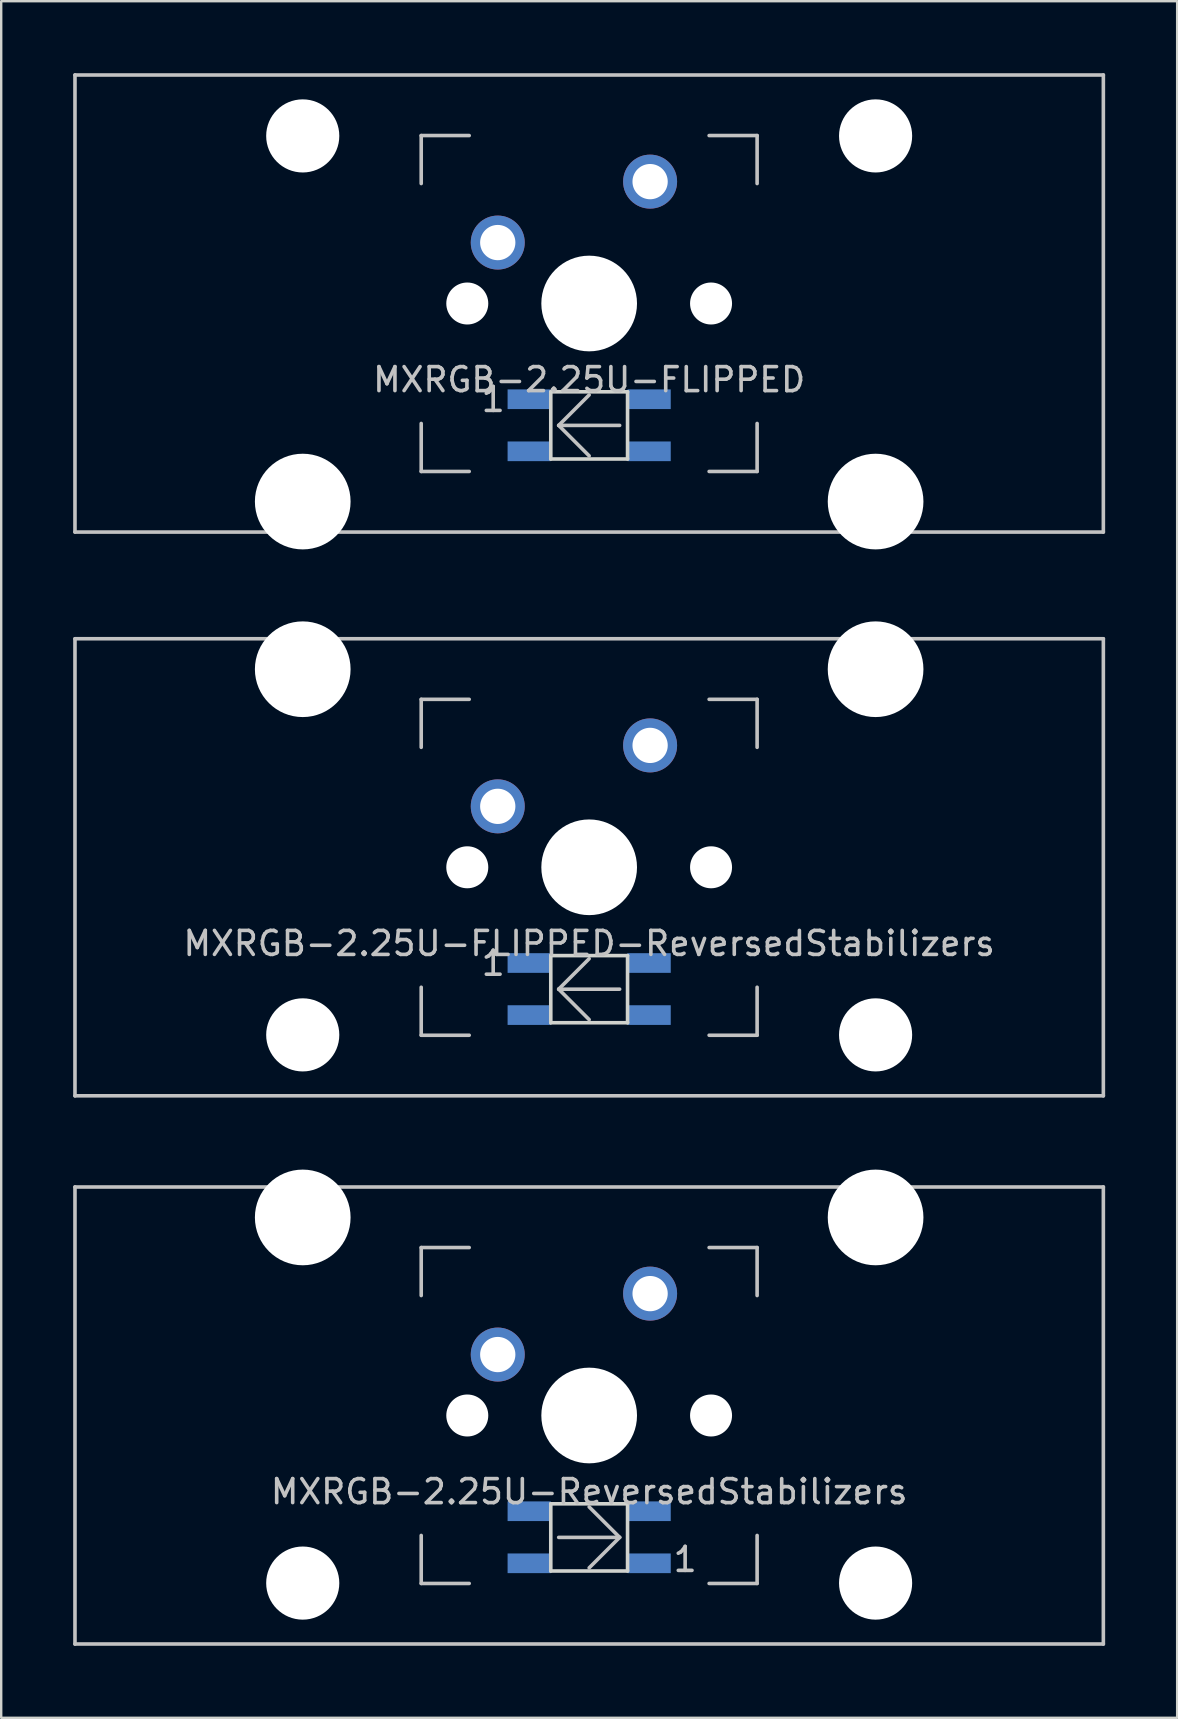
<source format=kicad_pcb>
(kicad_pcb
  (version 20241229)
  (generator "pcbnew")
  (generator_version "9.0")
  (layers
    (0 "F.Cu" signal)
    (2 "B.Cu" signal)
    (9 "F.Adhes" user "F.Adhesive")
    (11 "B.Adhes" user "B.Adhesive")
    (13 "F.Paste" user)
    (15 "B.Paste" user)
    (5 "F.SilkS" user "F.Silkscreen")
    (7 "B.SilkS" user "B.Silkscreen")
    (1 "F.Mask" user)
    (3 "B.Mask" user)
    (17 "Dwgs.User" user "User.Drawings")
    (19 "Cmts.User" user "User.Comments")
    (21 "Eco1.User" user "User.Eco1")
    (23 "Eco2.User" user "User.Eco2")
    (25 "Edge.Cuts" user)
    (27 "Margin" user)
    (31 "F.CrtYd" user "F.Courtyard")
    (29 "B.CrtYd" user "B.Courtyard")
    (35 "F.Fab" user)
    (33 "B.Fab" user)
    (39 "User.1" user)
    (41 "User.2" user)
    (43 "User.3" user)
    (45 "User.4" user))
  (footprint "MXRGB-2.25U-FLIPPED"
    (layer "F.Cu")
    (at 21.506 9.6)
    (property "Reference" "MXRGB-2.25U-FLIPPED" (at 0 3.175 0) (layer "Dwgs.User") (effects (font (size 1 1) (thickness 0.15))))
    (attr through_hole)
    (fp_line (start -21.431 -9.525) (end 21.431 -9.525) (stroke (width 0.15) (type solid)) (layer "Dwgs.User"))
    (fp_line (start -21.431 9.525) (end -21.431 -9.525) (stroke (width 0.15) (type solid)) (layer "Dwgs.User"))
    (fp_line (start -21.431 9.525) (end 21.431 9.525) (stroke (width 0.15) (type solid)) (layer "Dwgs.User"))
    (fp_line (start -7 -7) (end -7 -5) (stroke (width 0.15) (type solid)) (layer "Dwgs.User"))
    (fp_line (start -7 5) (end -7 7) (stroke (width 0.15) (type solid)) (layer "Dwgs.User"))
    (fp_line (start -7 7) (end -5 7) (stroke (width 0.15) (type solid)) (layer "Dwgs.User"))
    (fp_line (start -5 -7) (end -7 -7) (stroke (width 0.15) (type solid)) (layer "Dwgs.User"))
    (fp_line (start -1.27 5.08) (end 0 3.81) (stroke (width 0.15) (type solid)) (layer "Dwgs.User"))
    (fp_line (start -1.27 5.08) (end 0 6.35) (stroke (width 0.15) (type solid)) (layer "Dwgs.User"))
    (fp_line (start -1.27 5.08) (end 1.27 5.08) (stroke (width 0.15) (type solid)) (layer "Dwgs.User"))
    (fp_line (start 5 -7) (end 7 -7) (stroke (width 0.15) (type solid)) (layer "Dwgs.User"))
    (fp_line (start 5 7) (end 7 7) (stroke (width 0.15) (type solid)) (layer "Dwgs.User"))
    (fp_line (start 7 -7) (end 7 -5) (stroke (width 0.15) (type solid)) (layer "Dwgs.User"))
    (fp_line (start 7 7) (end 7 5) (stroke (width 0.15) (type solid)) (layer "Dwgs.User"))
    (fp_line (start 21.431 -9.525) (end 21.431 9.525) (stroke (width 0.15) (type solid)) (layer "Dwgs.User"))
    (fp_line (start -1.6 3.68) (end -1.6 6.48) (stroke (width 0.15) (type solid)) (layer "Edge.Cuts"))
    (fp_line (start -1.6 3.68) (end 1.6 3.68) (stroke (width 0.15) (type solid)) (layer "Edge.Cuts"))
    (fp_line (start 1.6 3.68) (end 1.6 6.48) (stroke (width 0.15) (type solid)) (layer "Edge.Cuts"))
    (fp_line (start 1.6 6.48) (end -1.6 6.48) (stroke (width 0.15) (type solid)) (layer "Edge.Cuts"))
    (fp_text user "1" (at -4 4 0) (layer "Dwgs.User") (effects (font (size 1 1) (thickness 0.15))))
    (pad "" np_thru_hole circle (at -11.938 -6.985) (size 3.048 3.048) (drill 3.048) (layers "*.Cu" "*.Mask"))
    (pad "" np_thru_hole circle (at -11.938 8.255) (size 3.988 3.988) (drill 3.988) (layers "*.Cu" "*.Mask"))
    (pad "" np_thru_hole circle (at -5.08 0 48.1) (size 1.75 1.75) (drill 1.75) (layers "*.Cu" "*.Mask"))
    (pad "" np_thru_hole circle (at 0 0) (size 3.988 3.988) (drill 3.988) (layers "*.Cu" "*.Mask"))
    (pad "" np_thru_hole circle (at 5.08 0 48.1) (size 1.75 1.75) (drill 1.75) (layers "*.Cu" "*.Mask"))
    (pad "" np_thru_hole circle (at 11.938 -6.985) (size 3.048 3.048) (drill 3.048) (layers "*.Cu" "*.Mask"))
    (pad "" np_thru_hole circle (at 11.938 8.255) (size 3.988 3.988) (drill 3.988) (layers "*.Cu" "*.Mask"))
    (pad "1" thru_hole circle (at -3.81 -2.54) (size 2.25 2.25) (drill 1.47) (layers "*.Cu" "B.Mask"))
    (pad "2" thru_hole circle (at 2.54 -5.08) (size 2.25 2.25) (drill 1.47) (layers "*.Cu" "B.Mask"))
    (pad "3" smd rect (at -2.5 3.99) (size 1.8 0.82) (layers "B.Cu" "B.Mask" "B.Paste"))
    (pad "4" smd rect (at -2.5 6.16) (size 1.8 0.82) (layers "B.Cu" "B.Mask" "B.Paste"))
    (pad "5" smd rect (at 2.5 6.16) (size 1.8 0.82) (layers "B.Cu" "B.Mask" "B.Paste"))
    (pad "6" smd rect (at 2.5 3.99) (size 1.8 0.82) (layers "B.Cu" "B.Mask" "B.Paste")))
  (footprint "MXRGB-2.25U-FLIPPED-ReversedStabilizers"
    (layer "F.Cu")
    (at 21.506 33.098)
    (property "Reference" "MXRGB-2.25U-FLIPPED-ReversedStabilizers" (at 0 3.175 0) (layer "Dwgs.User") (effects (font (size 1 1) (thickness 0.15))))
    (attr through_hole)
    (fp_line (start -21.431 -9.525) (end 21.431 -9.525) (stroke (width 0.15) (type solid)) (layer "Dwgs.User"))
    (fp_line (start -21.431 9.525) (end -21.431 -9.525) (stroke (width 0.15) (type solid)) (layer "Dwgs.User"))
    (fp_line (start -21.431 9.525) (end 21.431 9.525) (stroke (width 0.15) (type solid)) (layer "Dwgs.User"))
    (fp_line (start -7 -7) (end -7 -5) (stroke (width 0.15) (type solid)) (layer "Dwgs.User"))
    (fp_line (start -7 5) (end -7 7) (stroke (width 0.15) (type solid)) (layer "Dwgs.User"))
    (fp_line (start -7 7) (end -5 7) (stroke (width 0.15) (type solid)) (layer "Dwgs.User"))
    (fp_line (start -5 -7) (end -7 -7) (stroke (width 0.15) (type solid)) (layer "Dwgs.User"))
    (fp_line (start -1.27 5.08) (end 0 3.81) (stroke (width 0.15) (type solid)) (layer "Dwgs.User"))
    (fp_line (start -1.27 5.08) (end 0 6.35) (stroke (width 0.15) (type solid)) (layer "Dwgs.User"))
    (fp_line (start -1.27 5.08) (end 1.27 5.08) (stroke (width 0.15) (type solid)) (layer "Dwgs.User"))
    (fp_line (start 5 -7) (end 7 -7) (stroke (width 0.15) (type solid)) (layer "Dwgs.User"))
    (fp_line (start 5 7) (end 7 7) (stroke (width 0.15) (type solid)) (layer "Dwgs.User"))
    (fp_line (start 7 -7) (end 7 -5) (stroke (width 0.15) (type solid)) (layer "Dwgs.User"))
    (fp_line (start 7 7) (end 7 5) (stroke (width 0.15) (type solid)) (layer "Dwgs.User"))
    (fp_line (start 21.431 -9.525) (end 21.431 9.525) (stroke (width 0.15) (type solid)) (layer "Dwgs.User"))
    (fp_line (start -1.6 3.68) (end -1.6 6.48) (stroke (width 0.15) (type solid)) (layer "Edge.Cuts"))
    (fp_line (start -1.6 3.68) (end 1.6 3.68) (stroke (width 0.15) (type solid)) (layer "Edge.Cuts"))
    (fp_line (start 1.6 3.68) (end 1.6 6.48) (stroke (width 0.15) (type solid)) (layer "Edge.Cuts"))
    (fp_line (start 1.6 6.48) (end -1.6 6.48) (stroke (width 0.15) (type solid)) (layer "Edge.Cuts"))
    (fp_text user "1" (at -4 4 0) (layer "Dwgs.User") (effects (font (size 1 1) (thickness 0.15))))
    (pad "" np_thru_hole circle (at -11.938 -8.255) (size 3.988 3.988) (drill 3.988) (layers "*.Cu" "*.Mask"))
    (pad "" np_thru_hole circle (at -11.938 6.985) (size 3.048 3.048) (drill 3.048) (layers "*.Cu" "*.Mask"))
    (pad "" np_thru_hole circle (at -5.08 0 48.1) (size 1.75 1.75) (drill 1.75) (layers "*.Cu" "*.Mask"))
    (pad "" np_thru_hole circle (at 0 0) (size 3.988 3.988) (drill 3.988) (layers "*.Cu" "*.Mask"))
    (pad "" np_thru_hole circle (at 5.08 0 48.1) (size 1.75 1.75) (drill 1.75) (layers "*.Cu" "*.Mask"))
    (pad "" np_thru_hole circle (at 11.938 -8.255) (size 3.988 3.988) (drill 3.988) (layers "*.Cu" "*.Mask"))
    (pad "" np_thru_hole circle (at 11.938 6.985) (size 3.048 3.048) (drill 3.048) (layers "*.Cu" "*.Mask"))
    (pad "1" thru_hole circle (at -3.81 -2.54) (size 2.25 2.25) (drill 1.47) (layers "*.Cu" "B.Mask"))
    (pad "2" thru_hole circle (at 2.54 -5.08) (size 2.25 2.25) (drill 1.47) (layers "*.Cu" "B.Mask"))
    (pad "3" smd rect (at -2.5 3.99) (size 1.8 0.82) (layers "B.Cu" "B.Mask" "B.Paste"))
    (pad "4" smd rect (at -2.5 6.16) (size 1.8 0.82) (layers "B.Cu" "B.Mask" "B.Paste"))
    (pad "5" smd rect (at 2.5 6.16) (size 1.8 0.82) (layers "B.Cu" "B.Mask" "B.Paste"))
    (pad "6" smd rect (at 2.5 3.99) (size 1.8 0.82) (layers "B.Cu" "B.Mask" "B.Paste")))
  (footprint "MXRGB-2.25U-ReversedStabilizers"
    (layer "F.Cu")
    (at 21.506 55.947)
    (property "Reference" "MXRGB-2.25U-ReversedStabilizers" (at 0 3.175 0) (layer "Dwgs.User") (effects (font (size 1 1) (thickness 0.15))))
    (attr through_hole)
    (fp_line (start -21.431 -9.525) (end 21.431 -9.525) (stroke (width 0.15) (type solid)) (layer "Dwgs.User"))
    (fp_line (start -21.431 9.525) (end -21.431 -9.525) (stroke (width 0.15) (type solid)) (layer "Dwgs.User"))
    (fp_line (start -21.431 9.525) (end 21.431 9.525) (stroke (width 0.15) (type solid)) (layer "Dwgs.User"))
    (fp_line (start -7 -7) (end -7 -5) (stroke (width 0.15) (type solid)) (layer "Dwgs.User"))
    (fp_line (start -7 5) (end -7 7) (stroke (width 0.15) (type solid)) (layer "Dwgs.User"))
    (fp_line (start -7 7) (end -5 7) (stroke (width 0.15) (type solid)) (layer "Dwgs.User"))
    (fp_line (start -5 -7) (end -7 -7) (stroke (width 0.15) (type solid)) (layer "Dwgs.User"))
    (fp_line (start -1.27 5.08) (end 1.27 5.08) (stroke (width 0.15) (type solid)) (layer "Dwgs.User"))
    (fp_line (start 1.27 5.08) (end 0 3.81) (stroke (width 0.15) (type solid)) (layer "Dwgs.User"))
    (fp_line (start 1.27 5.08) (end 0 6.35) (stroke (width 0.15) (type solid)) (layer "Dwgs.User"))
    (fp_line (start 5 -7) (end 7 -7) (stroke (width 0.15) (type solid)) (layer "Dwgs.User"))
    (fp_line (start 5 7) (end 7 7) (stroke (width 0.15) (type solid)) (layer "Dwgs.User"))
    (fp_line (start 7 -7) (end 7 -5) (stroke (width 0.15) (type solid)) (layer "Dwgs.User"))
    (fp_line (start 7 7) (end 7 5) (stroke (width 0.15) (type solid)) (layer "Dwgs.User"))
    (fp_line (start 21.431 -9.525) (end 21.431 9.525) (stroke (width 0.15) (type solid)) (layer "Dwgs.User"))
    (fp_line (start -1.6 3.68) (end -1.6 6.48) (stroke (width 0.15) (type solid)) (layer "Edge.Cuts"))
    (fp_line (start -1.6 3.68) (end 1.6 3.68) (stroke (width 0.15) (type solid)) (layer "Edge.Cuts"))
    (fp_line (start 1.6 3.68) (end 1.6 6.48) (stroke (width 0.15) (type solid)) (layer "Edge.Cuts"))
    (fp_line (start 1.6 6.48) (end -1.6 6.48) (stroke (width 0.15) (type solid)) (layer "Edge.Cuts"))
    (fp_text user "1" (at 4 6 0) (layer "Dwgs.User") (effects (font (size 1 1) (thickness 0.15))))
    (pad "" np_thru_hole circle (at -11.938 -8.255) (size 3.988 3.988) (drill 3.988) (layers "*.Cu" "*.Mask"))
    (pad "" np_thru_hole circle (at -11.938 6.985) (size 3.048 3.048) (drill 3.048) (layers "*.Cu" "*.Mask"))
    (pad "" np_thru_hole circle (at -5.08 0 48.1) (size 1.75 1.75) (drill 1.75) (layers "*.Cu" "*.Mask"))
    (pad "" np_thru_hole circle (at 0 0) (size 3.988 3.988) (drill 3.988) (layers "*.Cu" "*.Mask"))
    (pad "" np_thru_hole circle (at 5.08 0 48.1) (size 1.75 1.75) (drill 1.75) (layers "*.Cu" "*.Mask"))
    (pad "" np_thru_hole circle (at 11.938 -8.255) (size 3.988 3.988) (drill 3.988) (layers "*.Cu" "*.Mask"))
    (pad "" np_thru_hole circle (at 11.938 6.985) (size 3.048 3.048) (drill 3.048) (layers "*.Cu" "*.Mask"))
    (pad "1" thru_hole circle (at -3.81 -2.54) (size 2.25 2.25) (drill 1.47) (layers "*.Cu" "B.Mask"))
    (pad "2" thru_hole circle (at 2.54 -5.08) (size 2.25 2.25) (drill 1.47) (layers "*.Cu" "B.Mask"))
    (pad "3" smd rect (at 2.5 6.16) (size 1.8 0.82) (layers "B.Cu" "B.Mask" "B.Paste"))
    (pad "4" smd rect (at 2.5 3.99) (size 1.8 0.82) (layers "B.Cu" "B.Mask" "B.Paste"))
    (pad "5" smd rect (at -2.5 3.99) (size 1.8 0.82) (layers "B.Cu" "B.Mask" "B.Paste"))
    (pad "6" smd rect (at -2.5 6.16) (size 1.8 0.82) (layers "B.Cu" "B.Mask" "B.Paste")))
  (gr_rect
    (start -3 -3)
    (end 46.013 68.547)
    (stroke (width 0.1) (type default))
    (fill no)
    (layer "Edge.Cuts")))
</source>
